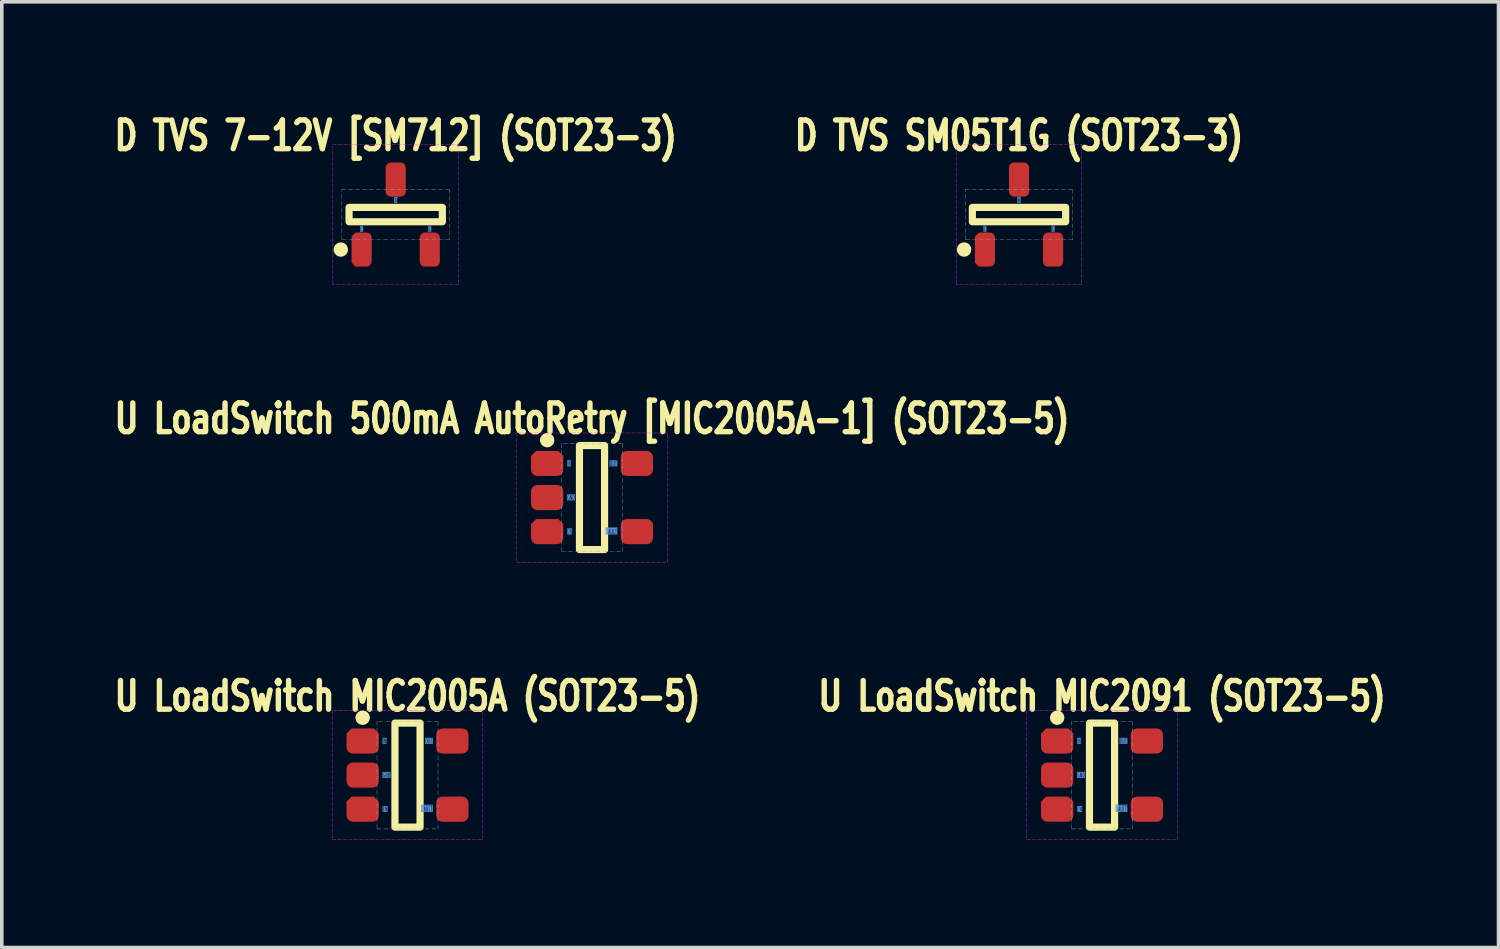
<source format=kicad_pcb>
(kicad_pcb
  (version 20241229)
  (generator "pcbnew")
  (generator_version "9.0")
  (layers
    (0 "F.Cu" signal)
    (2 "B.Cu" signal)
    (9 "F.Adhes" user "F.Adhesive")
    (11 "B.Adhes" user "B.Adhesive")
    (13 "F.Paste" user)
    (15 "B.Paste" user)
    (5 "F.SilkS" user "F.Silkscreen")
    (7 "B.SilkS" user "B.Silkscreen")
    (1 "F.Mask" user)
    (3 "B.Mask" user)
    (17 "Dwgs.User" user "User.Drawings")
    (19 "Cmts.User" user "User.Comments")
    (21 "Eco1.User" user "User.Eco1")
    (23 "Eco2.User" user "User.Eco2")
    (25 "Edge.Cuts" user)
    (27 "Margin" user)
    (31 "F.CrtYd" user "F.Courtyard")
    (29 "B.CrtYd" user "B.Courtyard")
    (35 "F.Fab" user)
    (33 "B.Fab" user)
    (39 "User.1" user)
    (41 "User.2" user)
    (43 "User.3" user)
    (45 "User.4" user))
  (footprint "U LoadSwitch 500mA AutoRetry [MIC2005A-1] (SOT23-5)"
    (layer "F.Cu")
    (at 13.451 10.818)
    (property "Reference" "U LoadSwitch 500mA AutoRetry [MIC2005A-1] (SOT23-5)" (at 0 -2.2 0) (layer "F.SilkS") (effects (font (size 0.8 0.6) (thickness 0.15))))
    (attr smd)
    (fp_rect (start 0.35 -1.45) (end -0.35 1.45) (stroke (width 0.2) (type default)) (fill no) (layer "F.SilkS"))
    (fp_circle (center -1.25 -1.6) (end -1.1 -1.6) (stroke (width 0.1) (type solid)) (fill yes) (layer "F.SilkS"))
    (fp_rect (start 2.1 -1.8) (end -2.1 1.8) (stroke (width 0.01) (type dash)) (fill no) (layer "F.CrtYd"))
    (fp_rect (start 0.85 -1.5) (end -0.85 1.5) (stroke (width 0.01) (type dash_dot)) (fill no) (layer "F.Fab"))
    (fp_text user "IN" (at -0.7 -0.95 0) (layer "Cmts.User" knockout) (effects (font (size 0.13 0.07) (thickness 0.01) (bold yes)) (justify left)))
    (fp_text user "~{FAULT}" (at 0.7 0.95 0) (layer "Cmts.User" knockout) (effects (font (size 0.13 0.07) (thickness 0.01) (bold yes)) (justify right)))
    (fp_text user "GND" (at -0.7 0 0) (layer "Cmts.User" knockout) (effects (font (size 0.13 0.07) (thickness 0.01) (bold yes)) (justify left)))
    (fp_text user "OUT" (at 0.7 -0.95 0) (layer "Cmts.User" knockout) (effects (font (size 0.13 0.07) (thickness 0.01) (bold yes)) (justify right)))
    (fp_text user "EN" (at -0.7 0.95 0) (layer "Cmts.User" knockout) (effects (font (size 0.13 0.07) (thickness 0.01) (bold yes)) (justify left)))
    (pad "1" smd roundrect (at -1.25 -0.95) (size 0.9 0.7) (layers "F.Cu" "F.Mask" "F.Paste") (roundrect_rratio 0.25) (chamfer_ratio 0.2) (chamfer top_left top_right))
    (pad "2" smd roundrect (at -1.25 0) (size 0.9 0.7) (layers "F.Cu" "F.Mask" "F.Paste") (roundrect_rratio 0.25))
    (pad "3" smd roundrect (at -1.25 0.95) (size 0.9 0.7) (layers "F.Cu" "F.Mask" "F.Paste") (roundrect_rratio 0.25) (chamfer_ratio 0.2) (chamfer top_left top_right))
    (pad "4" smd roundrect (at 1.25 0.95) (size 0.9 0.7) (layers "F.Cu" "F.Mask" "F.Paste") (roundrect_rratio 0.25))
    (pad "5" smd roundrect (at 1.25 -0.95) (size 0.9 0.7) (layers "F.Cu" "F.Mask" "F.Paste") (roundrect_rratio 0.25)))
  (footprint "U LoadSwitch MIC2091 (SOT23-5)"
    (layer "F.Cu")
    (at 27.666 18.554)
    (property "Reference" "U LoadSwitch MIC2091 (SOT23-5)" (at 0 -2.2 0) (layer "F.SilkS") (effects (font (size 0.8 0.6) (thickness 0.15))))
    (attr smd)
    (fp_rect (start 0.35 -1.45) (end -0.35 1.45) (stroke (width 0.2) (type default)) (fill no) (layer "F.SilkS"))
    (fp_circle (center -1.25 -1.6) (end -1.1 -1.6) (stroke (width 0.1) (type solid)) (fill yes) (layer "F.SilkS"))
    (fp_rect (start 2.1 -1.8) (end -2.1 1.8) (stroke (width 0.01) (type dash)) (fill no) (layer "F.CrtYd"))
    (fp_rect (start 0.85 -1.5) (end -0.85 1.5) (stroke (width 0.01) (type dash_dot)) (fill no) (layer "F.Fab"))
    (fp_text user "EN" (at -0.7 0.95 0) (layer "Cmts.User" knockout) (effects (font (size 0.13 0.07) (thickness 0.01) (bold yes)) (justify left)))
    (fp_text user "IN" (at -0.7 -0.95 0) (layer "Cmts.User" knockout) (effects (font (size 0.13 0.07) (thickness 0.01) (bold yes)) (justify left)))
    (fp_text user "~{FAULT}" (at 0.7 0.95 0) (layer "Cmts.User" knockout) (effects (font (size 0.13 0.07) (thickness 0.01) (bold yes)) (justify right)))
    (fp_text user "OUT" (at 0.7 -0.95 0) (layer "Cmts.User" knockout) (effects (font (size 0.13 0.07) (thickness 0.01) (bold yes)) (justify right)))
    (fp_text user "GND" (at -0.7 0 0) (layer "Cmts.User" knockout) (effects (font (size 0.13 0.07) (thickness 0.01) (bold yes)) (justify left)))
    (pad "1" smd roundrect (at -1.25 -0.95) (size 0.9 0.7) (layers "F.Cu" "F.Mask" "F.Paste") (roundrect_rratio 0.25) (chamfer_ratio 0.2) (chamfer top_left top_right))
    (pad "2" smd roundrect (at -1.25 0) (size 0.9 0.7) (layers "F.Cu" "F.Mask" "F.Paste") (roundrect_rratio 0.25))
    (pad "3" smd roundrect (at -1.25 0.95) (size 0.9 0.7) (layers "F.Cu" "F.Mask" "F.Paste") (roundrect_rratio 0.25) (chamfer_ratio 0.2) (chamfer top_left top_right))
    (pad "4" smd roundrect (at 1.25 0.95) (size 0.9 0.7) (layers "F.Cu" "F.Mask" "F.Paste") (roundrect_rratio 0.25))
    (pad "5" smd roundrect (at 1.25 -0.95) (size 0.9 0.7) (layers "F.Cu" "F.Mask" "F.Paste") (roundrect_rratio 0.25)))
  (footprint "D TVS SM05T1G (SOT23-3)"
    (layer "F.Cu")
    (at 25.352 2.931)
    (property "Reference" "D TVS SM05T1G (SOT23-3)" (at 0 -2.2 0) (layer "F.SilkS") (effects (font (size 0.8 0.6) (thickness 0.15))))
    (attr smd)
    (fp_rect (start -1.3 -0.2) (end 1.3 0.2) (stroke (width 0.2) (type default)) (fill no) (layer "F.SilkS"))
    (fp_circle (center -1.53 0.975) (end -1.38 0.975) (stroke (width 0.1) (type solid)) (fill yes) (layer "F.SilkS"))
    (fp_rect (start -1.75 -1.95) (end 1.75 1.95) (stroke (width 0.01) (type dash)) (fill no) (layer "F.CrtYd"))
    (fp_rect (start -1.5 -0.7) (end 1.5 0.7) (stroke (width 0.01) (type dash_dot)) (fill no) (layer "F.Fab"))
    (fp_text user "C" (at 0.95 0.4 0) (layer "Cmts.User" knockout) (effects (font (size 0.13 0.07) (thickness 0.01) (bold yes))))
    (fp_text user "A" (at 0 -0.4 0) (layer "Cmts.User" knockout) (effects (font (size 0.13 0.07) (thickness 0.01) (bold yes))))
    (fp_text user "C" (at -0.95 0.4 0) (layer "Cmts.User" knockout) (effects (font (size 0.13 0.07) (thickness 0.01) (bold yes))))
    (pad "1" smd roundrect (at -0.95 0.975) (size 0.56 0.95) (layers "F.Cu" "F.Mask" "F.Paste") (roundrect_rratio 0.25) (chamfer_ratio 0.2) (chamfer top_left bottom_left))
    (pad "2" smd roundrect (at 0.95 0.975) (size 0.56 0.95) (layers "F.Cu" "F.Mask" "F.Paste") (roundrect_rratio 0.25))
    (pad "3" smd roundrect (at 0 -0.975) (size 0.56 0.95) (layers "F.Cu" "F.Mask" "F.Paste") (roundrect_rratio 0.25)))
  (footprint "D TVS 7-12V [SM712] (SOT23-3)"
    (layer "F.Cu")
    (at 7.979 2.931)
    (property "Reference" "D TVS 7-12V [SM712] (SOT23-3)" (at 0 -2.2 0) (layer "F.SilkS") (effects (font (size 0.8 0.6) (thickness 0.15))))
    (attr smd)
    (fp_rect (start -1.3 -0.2) (end 1.3 0.2) (stroke (width 0.2) (type default)) (fill no) (layer "F.SilkS"))
    (fp_circle (center -1.53 0.975) (end -1.38 0.975) (stroke (width 0.1) (type solid)) (fill yes) (layer "F.SilkS"))
    (fp_rect (start -1.75 -1.95) (end 1.75 1.95) (stroke (width 0.01) (type dash)) (fill no) (layer "F.CrtYd"))
    (fp_rect (start -1.5 -0.7) (end 1.5 0.7) (stroke (width 0.01) (type dash_dot)) (fill no) (layer "F.Fab"))
    (fp_text user "A" (at 0 -0.4 0) (layer "Cmts.User" knockout) (effects (font (size 0.13 0.07) (thickness 0.01) (bold yes))))
    (fp_text user "C" (at -0.95 0.4 0) (layer "Cmts.User" knockout) (effects (font (size 0.13 0.07) (thickness 0.01) (bold yes))))
    (fp_text user "C" (at 0.95 0.4 0) (layer "Cmts.User" knockout) (effects (font (size 0.13 0.07) (thickness 0.01) (bold yes))))
    (pad "1" smd roundrect (at -0.95 0.975) (size 0.56 0.95) (layers "F.Cu" "F.Mask" "F.Paste") (roundrect_rratio 0.25) (chamfer_ratio 0.2) (chamfer top_left bottom_left))
    (pad "2" smd roundrect (at 0.95 0.975) (size 0.56 0.95) (layers "F.Cu" "F.Mask" "F.Paste") (roundrect_rratio 0.25))
    (pad "3" smd roundrect (at 0 -0.975) (size 0.56 0.95) (layers "F.Cu" "F.Mask" "F.Paste") (roundrect_rratio 0.25)))
  (footprint "U LoadSwitch MIC2005A (SOT23-5)"
    (layer "F.Cu")
    (at 8.308 18.554)
    (property "Reference" "U LoadSwitch MIC2005A (SOT23-5)" (at 0 -2.2 0) (layer "F.SilkS") (effects (font (size 0.8 0.6) (thickness 0.15))))
    (attr smd)
    (fp_rect (start 0.35 -1.45) (end -0.35 1.45) (stroke (width 0.2) (type default)) (fill no) (layer "F.SilkS"))
    (fp_circle (center -1.25 -1.6) (end -1.1 -1.6) (stroke (width 0.1) (type solid)) (fill yes) (layer "F.SilkS"))
    (fp_rect (start 2.1 -1.8) (end -2.1 1.8) (stroke (width 0.01) (type dash)) (fill no) (layer "F.CrtYd"))
    (fp_rect (start 0.85 -1.5) (end -0.85 1.5) (stroke (width 0.01) (type dash_dot)) (fill no) (layer "F.Fab"))
    (fp_text user "EN" (at -0.7 0.95 0) (layer "Cmts.User" knockout) (effects (font (size 0.13 0.07) (thickness 0.01) (bold yes)) (justify left)))
    (fp_text user "~{FAULT}" (at 0.7 0.95 0) (layer "Cmts.User" knockout) (effects (font (size 0.13 0.07) (thickness 0.01) (bold yes)) (justify right)))
    (fp_text user "GND" (at -0.7 0 0) (layer "Cmts.User" knockout) (effects (font (size 0.13 0.07) (thickness 0.01) (bold yes)) (justify left)))
    (fp_text user "IN" (at -0.7 -0.95 0) (layer "Cmts.User" knockout) (effects (font (size 0.13 0.07) (thickness 0.01) (bold yes)) (justify left)))
    (fp_text user "OUT" (at 0.7 -0.95 0) (layer "Cmts.User" knockout) (effects (font (size 0.13 0.07) (thickness 0.01) (bold yes)) (justify right)))
    (pad "1" smd roundrect (at -1.25 -0.95) (size 0.9 0.7) (layers "F.Cu" "F.Mask" "F.Paste") (roundrect_rratio 0.25) (chamfer_ratio 0.2) (chamfer top_left top_right))
    (pad "2" smd roundrect (at -1.25 0) (size 0.9 0.7) (layers "F.Cu" "F.Mask" "F.Paste") (roundrect_rratio 0.25))
    (pad "3" smd roundrect (at -1.25 0.95) (size 0.9 0.7) (layers "F.Cu" "F.Mask" "F.Paste") (roundrect_rratio 0.25) (chamfer_ratio 0.2) (chamfer top_left top_right))
    (pad "4" smd roundrect (at 1.25 0.95) (size 0.9 0.7) (layers "F.Cu" "F.Mask" "F.Paste") (roundrect_rratio 0.25))
    (pad "5" smd roundrect (at 1.25 -0.95) (size 0.9 0.7) (layers "F.Cu" "F.Mask" "F.Paste") (roundrect_rratio 0.25)))
  (gr_rect
    (start -3 -3)
    (end 38.717 23.359)
    (stroke (width 0.1) (type default))
    (fill no)
    (layer "Edge.Cuts")))
</source>
